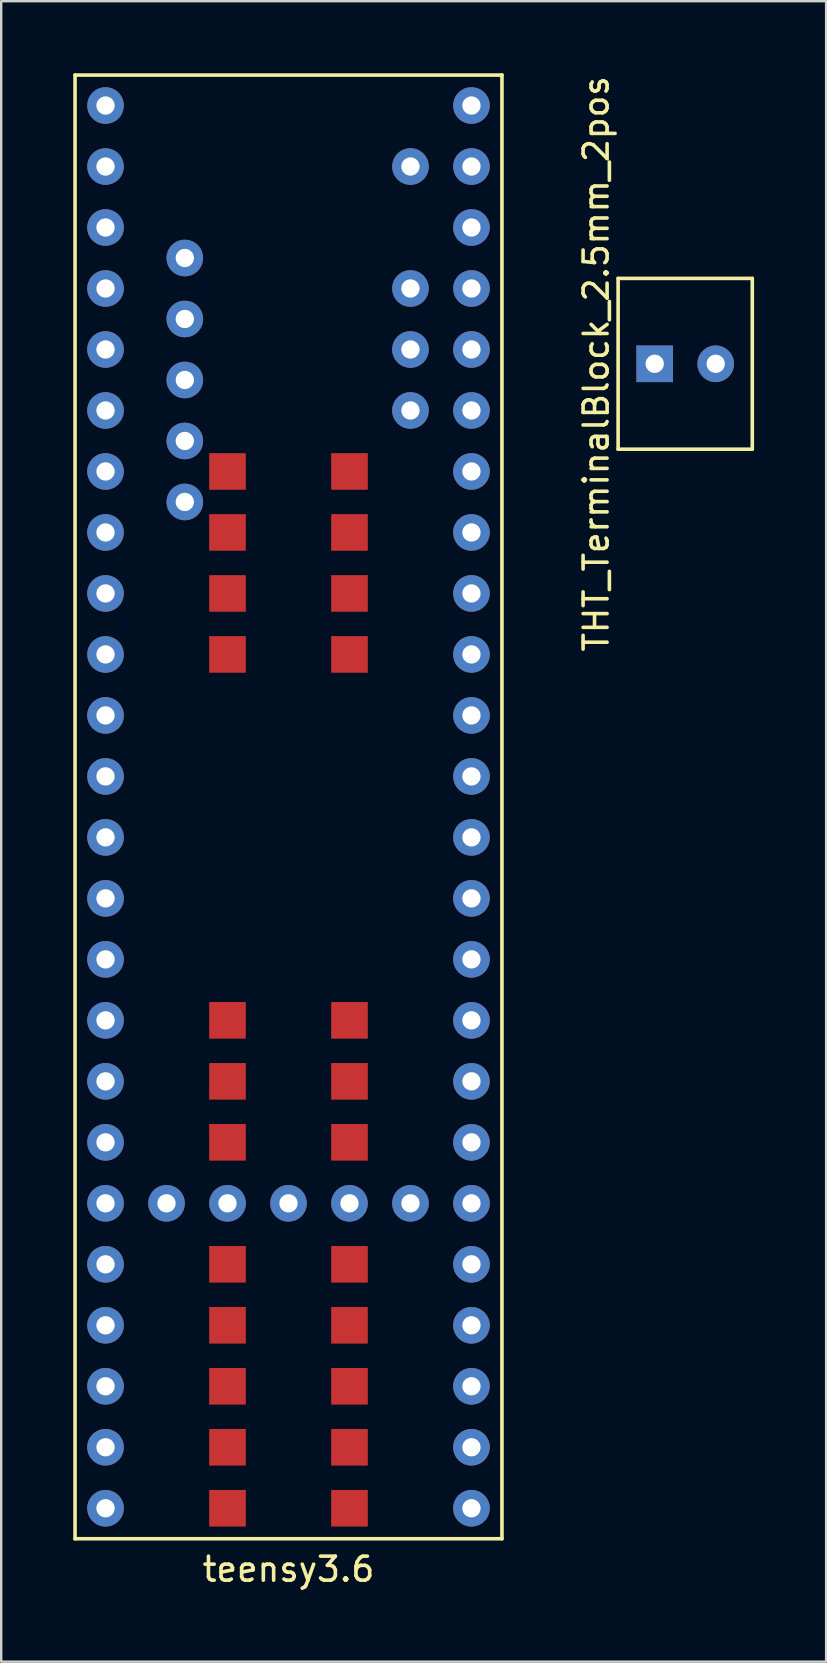
<source format=kicad_pcb>
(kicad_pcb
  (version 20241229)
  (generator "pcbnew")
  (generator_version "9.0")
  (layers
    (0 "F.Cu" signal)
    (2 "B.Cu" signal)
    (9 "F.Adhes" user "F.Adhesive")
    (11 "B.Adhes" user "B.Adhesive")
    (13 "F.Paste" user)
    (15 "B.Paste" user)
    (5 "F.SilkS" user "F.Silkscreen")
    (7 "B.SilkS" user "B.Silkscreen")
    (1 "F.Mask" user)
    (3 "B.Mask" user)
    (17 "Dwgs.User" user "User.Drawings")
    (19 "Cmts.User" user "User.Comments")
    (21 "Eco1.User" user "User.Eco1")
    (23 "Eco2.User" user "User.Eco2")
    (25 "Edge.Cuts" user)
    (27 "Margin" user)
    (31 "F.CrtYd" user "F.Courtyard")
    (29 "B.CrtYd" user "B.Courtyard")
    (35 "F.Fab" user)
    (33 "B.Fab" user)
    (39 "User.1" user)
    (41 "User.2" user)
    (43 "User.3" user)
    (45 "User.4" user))
  (footprint "teensy3.6"
    (layer "F.Cu")
    (at 8.965 30.555)
    (property "Reference" "teensy3.6" (at 0 31.75 0) (layer "F.SilkS") (effects (font (size 1 1) (thickness 0.15))))
    (attr through_hole)
    (fp_line (start -8.89 -30.48) (end -8.89 30.48) (stroke (width 0.15) (type solid)) (layer "F.SilkS"))
    (fp_line (start -8.89 30.48) (end 8.89 30.48) (stroke (width 0.15) (type solid)) (layer "F.SilkS"))
    (fp_line (start 8.89 -30.48) (end -8.89 -30.48) (stroke (width 0.15) (type solid)) (layer "F.SilkS"))
    (fp_line (start 8.89 30.48) (end 8.89 -30.48) (stroke (width 0.15) (type solid)) (layer "F.SilkS"))
    (pad "1" thru_hole circle (at -7.62 -29.21) (size 1.524 1.524) (drill 0.762) (layers "*.Cu" "*.Mask"))
    (pad "2" thru_hole circle (at -7.62 -26.67) (size 1.524 1.524) (drill 0.762) (layers "*.Cu" "*.Mask"))
    (pad "3" thru_hole circle (at -7.62 -24.13) (size 1.524 1.524) (drill 0.762) (layers "*.Cu" "*.Mask"))
    (pad "4" thru_hole circle (at -7.62 -21.59) (size 1.524 1.524) (drill 0.762) (layers "*.Cu" "*.Mask"))
    (pad "5" thru_hole circle (at -7.62 -19.05) (size 1.524 1.524) (drill 0.762) (layers "*.Cu" "*.Mask"))
    (pad "6" thru_hole circle (at -7.62 -16.51) (size 1.524 1.524) (drill 0.762) (layers "*.Cu" "*.Mask"))
    (pad "7" thru_hole circle (at -7.62 -13.97) (size 1.524 1.524) (drill 0.762) (layers "*.Cu" "*.Mask"))
    (pad "8" thru_hole circle (at -7.62 -11.43) (size 1.524 1.524) (drill 0.762) (layers "*.Cu" "*.Mask"))
    (pad "9" thru_hole circle (at -7.62 -8.89) (size 1.524 1.524) (drill 0.762) (layers "*.Cu" "*.Mask"))
    (pad "10" thru_hole circle (at -7.62 -6.35) (size 1.524 1.524) (drill 0.762) (layers "*.Cu" "*.Mask"))
    (pad "11" thru_hole circle (at -7.62 -3.81) (size 1.524 1.524) (drill 0.762) (layers "*.Cu" "*.Mask"))
    (pad "12" thru_hole circle (at -7.62 -1.27) (size 1.524 1.524) (drill 0.762) (layers "*.Cu" "*.Mask"))
    (pad "13" thru_hole circle (at -7.62 1.27) (size 1.524 1.524) (drill 0.762) (layers "*.Cu" "*.Mask"))
    (pad "14" thru_hole circle (at -7.62 3.81) (size 1.524 1.524) (drill 0.762) (layers "*.Cu" "*.Mask"))
    (pad "15" thru_hole circle (at -7.62 6.35) (size 1.524 1.524) (drill 0.762) (layers "*.Cu" "*.Mask"))
    (pad "16" thru_hole circle (at -7.62 8.89) (size 1.524 1.524) (drill 0.762) (layers "*.Cu" "*.Mask"))
    (pad "17" thru_hole circle (at -7.62 11.43) (size 1.524 1.524) (drill 0.762) (layers "*.Cu" "*.Mask"))
    (pad "18" thru_hole circle (at -7.62 13.97) (size 1.524 1.524) (drill 0.762) (layers "*.Cu" "*.Mask"))
    (pad "19" thru_hole circle (at -7.62 16.51) (size 1.524 1.524) (drill 0.762) (layers "*.Cu" "*.Mask"))
    (pad "20" thru_hole circle (at -7.62 19.05) (size 1.524 1.524) (drill 0.762) (layers "*.Cu" "*.Mask"))
    (pad "21" thru_hole circle (at -7.62 21.59) (size 1.524 1.524) (drill 0.762) (layers "*.Cu" "*.Mask"))
    (pad "22" thru_hole circle (at -7.62 24.13) (size 1.524 1.524) (drill 0.762) (layers "*.Cu" "*.Mask"))
    (pad "23" thru_hole circle (at -7.62 26.67) (size 1.524 1.524) (drill 0.762) (layers "*.Cu" "*.Mask"))
    (pad "24" thru_hole circle (at -7.62 29.21) (size 1.524 1.524) (drill 0.762) (layers "*.Cu" "*.Mask"))
    (pad "25" thru_hole circle (at -5.08 16.51) (size 1.524 1.524) (drill 0.762) (layers "*.Cu" "*.Mask"))
    (pad "26" thru_hole circle (at -2.54 16.51) (size 1.524 1.524) (drill 0.762) (layers "*.Cu" "*.Mask"))
    (pad "27" thru_hole circle (at 0 16.51) (size 1.524 1.524) (drill 0.762) (layers "*.Cu" "*.Mask"))
    (pad "28" thru_hole circle (at 2.54 16.51) (size 1.524 1.524) (drill 0.762) (layers "*.Cu" "*.Mask"))
    (pad "29" thru_hole circle (at 5.08 16.51) (size 1.524 1.524) (drill 0.762) (layers "*.Cu" "*.Mask"))
    (pad "30" thru_hole circle (at 7.62 29.21) (size 1.524 1.524) (drill 0.762) (layers "*.Cu" "*.Mask"))
    (pad "31" thru_hole circle (at 7.62 26.67) (size 1.524 1.524) (drill 0.762) (layers "*.Cu" "*.Mask"))
    (pad "32" thru_hole circle (at 7.62 24.13) (size 1.524 1.524) (drill 0.762) (layers "*.Cu" "*.Mask"))
    (pad "33" thru_hole circle (at 7.62 21.59) (size 1.524 1.524) (drill 0.762) (layers "*.Cu" "*.Mask"))
    (pad "34" thru_hole circle (at 7.62 19.05) (size 1.524 1.524) (drill 0.762) (layers "*.Cu" "*.Mask"))
    (pad "35" thru_hole circle (at 7.62 16.51) (size 1.524 1.524) (drill 0.762) (layers "*.Cu" "*.Mask"))
    (pad "36" thru_hole circle (at 7.62 13.97) (size 1.524 1.524) (drill 0.762) (layers "*.Cu" "*.Mask"))
    (pad "37" thru_hole circle (at 7.62 11.43) (size 1.524 1.524) (drill 0.762) (layers "*.Cu" "*.Mask"))
    (pad "38" thru_hole circle (at 7.62 8.89) (size 1.524 1.524) (drill 0.762) (layers "*.Cu" "*.Mask"))
    (pad "39" thru_hole circle (at 7.62 6.35) (size 1.524 1.524) (drill 0.762) (layers "*.Cu" "*.Mask"))
    (pad "40" thru_hole circle (at 7.62 3.81) (size 1.524 1.524) (drill 0.762) (layers "*.Cu" "*.Mask"))
    (pad "41" thru_hole circle (at 7.62 1.27) (size 1.524 1.524) (drill 0.762) (layers "*.Cu" "*.Mask"))
    (pad "42" thru_hole circle (at 7.62 -1.27) (size 1.524 1.524) (drill 0.762) (layers "*.Cu" "*.Mask"))
    (pad "43" thru_hole circle (at 7.62 -3.81) (size 1.524 1.524) (drill 0.762) (layers "*.Cu" "*.Mask"))
    (pad "44" thru_hole circle (at 7.62 -6.35) (size 1.524 1.524) (drill 0.762) (layers "*.Cu" "*.Mask"))
    (pad "45" thru_hole circle (at 7.62 -8.89) (size 1.524 1.524) (drill 0.762) (layers "*.Cu" "*.Mask"))
    (pad "46" thru_hole circle (at 7.62 -11.43) (size 1.524 1.524) (drill 0.762) (layers "*.Cu" "*.Mask"))
    (pad "47" thru_hole circle (at 7.62 -13.97) (size 1.524 1.524) (drill 0.762) (layers "*.Cu" "*.Mask"))
    (pad "48" thru_hole circle (at 7.62 -16.51) (size 1.524 1.524) (drill 0.762) (layers "*.Cu" "*.Mask"))
    (pad "49" thru_hole circle (at 7.62 -19.05) (size 1.524 1.524) (drill 0.762) (layers "*.Cu" "*.Mask"))
    (pad "50" thru_hole circle (at 7.62 -21.59) (size 1.524 1.524) (drill 0.762) (layers "*.Cu" "*.Mask"))
    (pad "51" thru_hole circle (at 7.62 -24.13) (size 1.524 1.524) (drill 0.762) (layers "*.Cu" "*.Mask"))
    (pad "52" thru_hole circle (at 7.62 -26.67) (size 1.524 1.524) (drill 0.762) (layers "*.Cu" "*.Mask"))
    (pad "53" thru_hole circle (at 7.62 -29.21) (size 1.524 1.524) (drill 0.762) (layers "*.Cu" "*.Mask"))
    (pad "54" thru_hole circle (at 5.08 -26.67) (size 1.524 1.524) (drill 0.762) (layers "*.Cu" "*.Mask"))
    (pad "55" thru_hole circle (at 5.08 -21.59) (size 1.524 1.524) (drill 0.762) (layers "*.Cu" "*.Mask"))
    (pad "56" thru_hole circle (at 5.08 -19.05) (size 1.524 1.524) (drill 0.762) (layers "*.Cu" "*.Mask"))
    (pad "57" thru_hole circle (at 5.08 -16.51) (size 1.524 1.524) (drill 0.762) (layers "*.Cu" "*.Mask"))
    (pad "58" thru_hole circle (at -4.318 -22.86) (size 1.524 1.524) (drill 0.762) (layers "*.Cu" "*.Mask"))
    (pad "59" thru_hole circle (at -4.318 -20.32) (size 1.524 1.524) (drill 0.762) (layers "*.Cu" "*.Mask"))
    (pad "60" thru_hole circle (at -4.318 -17.78) (size 1.524 1.524) (drill 0.762) (layers "*.Cu" "*.Mask"))
    (pad "61" thru_hole circle (at -4.318 -15.24) (size 1.524 1.524) (drill 0.762) (layers "*.Cu" "*.Mask"))
    (pad "62" thru_hole circle (at -4.318 -12.7) (size 1.524 1.524) (drill 0.762) (layers "*.Cu" "*.Mask"))
    (pad "63" smd rect (at -2.54 -13.97) (size 1.524 1.524) (layers "F.Cu" "F.Mask" "F.Paste"))
    (pad "64" smd rect (at -2.54 -11.43) (size 1.524 1.524) (layers "F.Cu" "F.Mask" "F.Paste"))
    (pad "65" smd rect (at -2.54 -8.89) (size 1.524 1.524) (layers "F.Cu" "F.Mask" "F.Paste"))
    (pad "66" smd rect (at -2.54 -6.35) (size 1.524 1.524) (layers "F.Cu" "F.Mask" "F.Paste"))
    (pad "67" smd rect (at -2.54 8.89) (size 1.524 1.524) (layers "F.Cu" "F.Mask" "F.Paste"))
    (pad "68" smd rect (at -2.54 11.43) (size 1.524 1.524) (layers "F.Cu" "F.Mask" "F.Paste"))
    (pad "69" smd rect (at -2.54 13.97) (size 1.524 1.524) (layers "F.Cu" "F.Mask" "F.Paste"))
    (pad "70" smd rect (at -2.54 19.05) (size 1.524 1.524) (layers "F.Cu" "F.Mask" "F.Paste"))
    (pad "71" smd rect (at -2.54 21.59) (size 1.524 1.524) (layers "F.Cu" "F.Mask" "F.Paste"))
    (pad "72" smd rect (at -2.54 24.13) (size 1.524 1.524) (layers "F.Cu" "F.Mask" "F.Paste"))
    (pad "73" smd rect (at -2.54 26.67) (size 1.524 1.524) (layers "F.Cu" "F.Mask" "F.Paste"))
    (pad "74" smd rect (at -2.54 29.21) (size 1.524 1.524) (layers "F.Cu" "F.Mask" "F.Paste"))
    (pad "75" smd rect (at 2.54 29.21) (size 1.524 1.524) (layers "F.Cu" "F.Mask" "F.Paste"))
    (pad "76" smd rect (at 2.54 26.67) (size 1.524 1.524) (layers "F.Cu" "F.Mask" "F.Paste"))
    (pad "77" smd rect (at 2.54 24.13) (size 1.524 1.524) (layers "F.Cu" "F.Mask" "F.Paste"))
    (pad "78" smd rect (at 2.54 21.59) (size 1.524 1.524) (layers "F.Cu" "F.Mask" "F.Paste"))
    (pad "79" smd rect (at 2.54 19.05) (size 1.524 1.524) (layers "F.Cu" "F.Mask" "F.Paste"))
    (pad "80" smd rect (at 2.54 13.97) (size 1.524 1.524) (layers "F.Cu" "F.Mask" "F.Paste"))
    (pad "81" smd rect (at 2.54 11.43) (size 1.524 1.524) (layers "F.Cu" "F.Mask" "F.Paste"))
    (pad "82" smd rect (at 2.54 8.89) (size 1.524 1.524) (layers "F.Cu" "F.Mask" "F.Paste"))
    (pad "83" smd rect (at 2.54 -6.35) (size 1.524 1.524) (layers "F.Cu" "F.Mask" "F.Paste"))
    (pad "84" smd rect (at 2.54 -8.89) (size 1.524 1.524) (layers "F.Cu" "F.Mask" "F.Paste"))
    (pad "85" smd rect (at 2.54 -11.43) (size 1.524 1.524) (layers "F.Cu" "F.Mask" "F.Paste"))
    (pad "86" smd rect (at 2.54 -13.97) (size 1.524 1.524) (layers "F.Cu" "F.Mask" "F.Paste")))
  (footprint "THT_TerminalBlock_2.5mm_2pos"
    (layer "F.Cu")
    (at 24.217 12.101)
    (property "Reference" "THT_TerminalBlock_2.5mm_2pos" (at -2.438 0 90) (layer "F.SilkS") (effects (font (size 1 1) (thickness 0.15))))
    (attr through_hole)
    (fp_line (start -1.524 3.556) (end -1.524 -3.556) (stroke (width 0.15) (type solid)) (layer "F.SilkS"))
    (fp_line (start -1.524 3.556) (end 4.064 3.556) (stroke (width 0.15) (type solid)) (layer "F.SilkS"))
    (fp_line (start 4.064 -3.556) (end -1.524 -3.556) (stroke (width 0.15) (type solid)) (layer "F.SilkS"))
    (fp_line (start 4.064 -3.556) (end 4.064 3.556) (stroke (width 0.15) (type solid)) (layer "F.SilkS"))
    (pad "1" thru_hole rect (at 0 0) (size 1.524 1.524) (drill 0.762) (layers "*.Cu" "*.Mask"))
    (pad "2" thru_hole circle (at 2.54 0) (size 1.524 1.524) (drill 0.762) (layers "*.Cu" "*.Mask")))
  (gr_rect
    (start -3 -3)
    (end 31.356 66.153)
    (stroke (width 0.1) (type default))
    (fill no)
    (layer "Edge.Cuts")))
</source>
